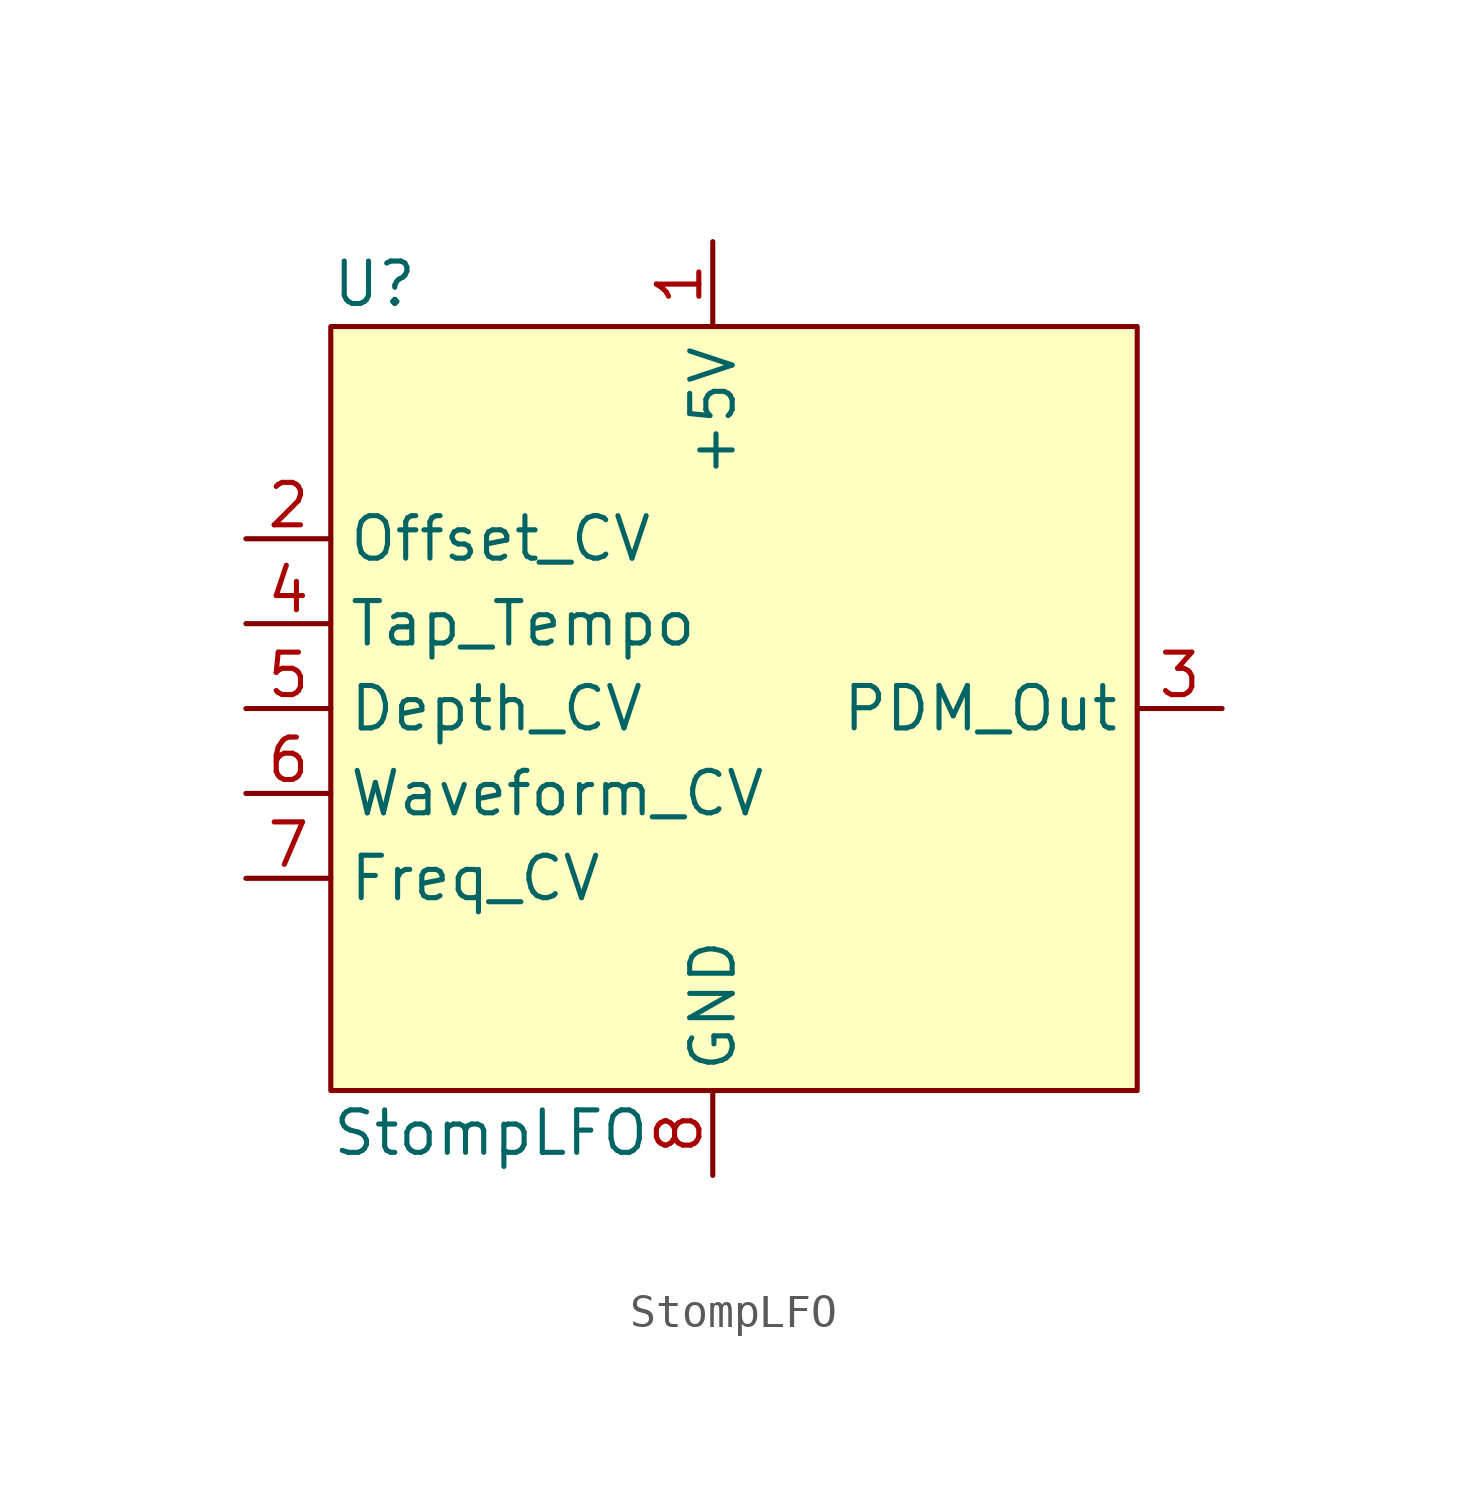
<source format=kicad_sym>
(kicad_symbol_lib
  (version 20211014)
  (generator kicad_symbol_editor)
  (symbol "StompLFO"
    (property "Reference" "U"
      (at -11.43 12.7 0)
      (effects (font (size 1.27 1.27)) (justify left)))
    (property "Value" "StompLFO"
      (at -11.43 -12.7 0)
      (effects (font (size 1.27 1.27)) (justify left)))
    (symbol "StompLFO_0_1"
      (rectangle (start -11.43 11.43) (end 12.7 -11.43) (stroke (width 0) (type default) (color 0 0 0 0)) (fill (type background))))
    (symbol "StompLFO_1_1"
      (pin power_in line (at 0 13.97 270) (length 2.54) (name "+5V" (effects (font (size 1.27 1.27)))) (number "1" (effects (font (size 1.27 1.27)))))
      (pin input line (at -13.97 5.08 0) (length 2.54) (name "Offset_CV" (effects (font (size 1.27 1.27)))) (number "2" (effects (font (size 1.27 1.27)))))
      (pin output line (at 15.24 0 180) (length 2.54) (name "PDM_Out" (effects (font (size 1.27 1.27)))) (number "3" (effects (font (size 1.27 1.27)))))
      (pin input line (at -13.97 2.54 0) (length 2.54) (name "Tap_Tempo" (effects (font (size 1.27 1.27)))) (number "4" (effects (font (size 1.27 1.27)))))
      (pin input line (at -13.97 0 0) (length 2.54) (name "Depth_CV" (effects (font (size 1.27 1.27)))) (number "5" (effects (font (size 1.27 1.27)))))
      (pin input line (at -13.97 -2.54 0) (length 2.54) (name "Waveform_CV" (effects (font (size 1.27 1.27)))) (number "6" (effects (font (size 1.27 1.27)))))
      (pin input line (at -13.97 -5.08 0) (length 2.54) (name "Freq_CV" (effects (font (size 1.27 1.27)))) (number "7" (effects (font (size 1.27 1.27)))))
      (pin power_in line (at 0 -13.97 90) (length 2.54) (name "GND" (effects (font (size 1.27 1.27)))) (number "8" (effects (font (size 1.27 1.27))))))))
</source>
